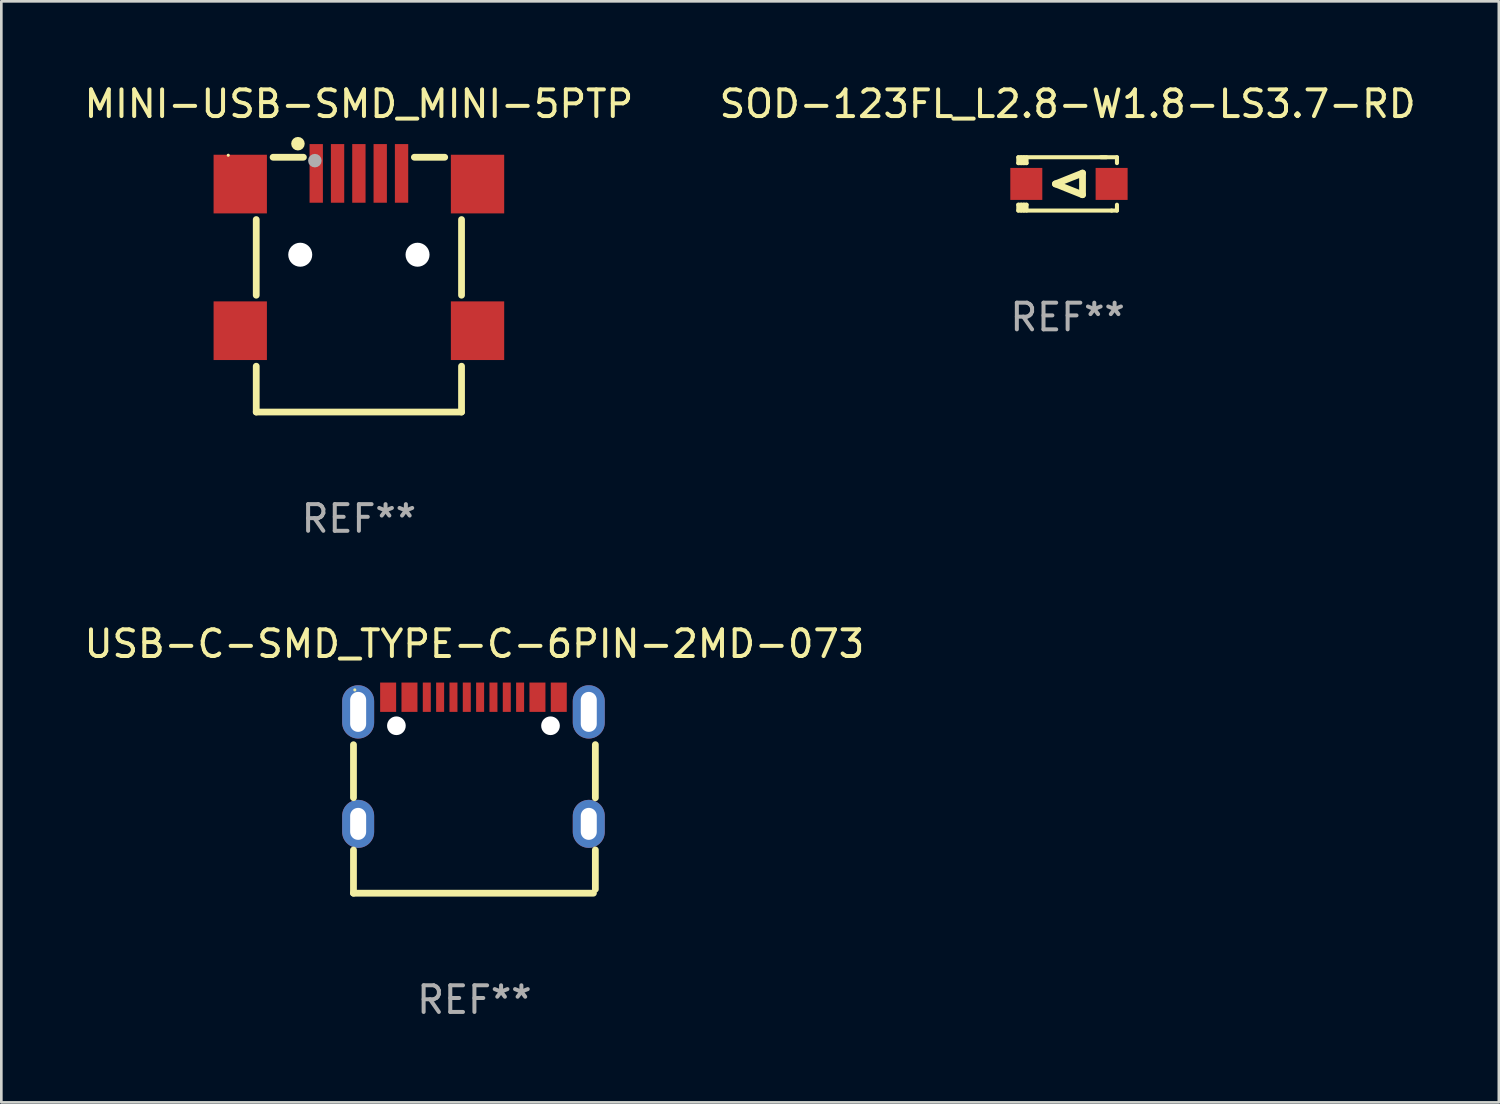
<source format=kicad_pcb>
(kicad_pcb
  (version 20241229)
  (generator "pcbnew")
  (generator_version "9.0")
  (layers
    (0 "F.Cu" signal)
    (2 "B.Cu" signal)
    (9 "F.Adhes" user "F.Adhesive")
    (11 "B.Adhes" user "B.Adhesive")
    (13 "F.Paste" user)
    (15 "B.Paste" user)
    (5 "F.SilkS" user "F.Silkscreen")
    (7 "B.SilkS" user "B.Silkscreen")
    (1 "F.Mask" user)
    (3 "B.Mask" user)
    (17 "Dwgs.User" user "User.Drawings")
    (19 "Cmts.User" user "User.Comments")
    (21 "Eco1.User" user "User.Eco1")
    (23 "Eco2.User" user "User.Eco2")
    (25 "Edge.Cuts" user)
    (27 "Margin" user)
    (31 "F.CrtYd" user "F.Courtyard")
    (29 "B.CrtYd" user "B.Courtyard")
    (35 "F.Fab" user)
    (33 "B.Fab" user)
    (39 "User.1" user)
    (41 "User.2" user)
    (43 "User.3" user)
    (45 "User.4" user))
  (footprint "SOD-123FL_L2.8-W1.8-LS3.7-RD"
    (layer "F.Cu")
    (at 36.994 3.848)
    (property "Reference" "SOD-123FL_L2.8-W1.8-LS3.7-RD" (at 0 -3 0) (layer "F.SilkS") (effects (font (size 1 1) (thickness 0.15))))
    (attr through_hole)
    (fp_line (start -1.85 -1) (end -1.85 -0.78) (stroke (width 0.152) (type solid)) (layer "F.SilkS"))
    (fp_line (start -1.85 0.78) (end -1.85 1) (stroke (width 0.152) (type solid)) (layer "F.SilkS"))
    (fp_line (start -1.85 1) (end 1.65 1) (stroke (width 0.152) (type solid)) (layer "F.SilkS"))
    (fp_line (start -1.741 -0.78) (end -1.741 -1) (stroke (width 0.152) (type solid)) (layer "F.SilkS"))
    (fp_line (start -1.741 1) (end -1.741 0.78) (stroke (width 0.152) (type solid)) (layer "F.SilkS"))
    (fp_line (start -1.641 -1) (end -1.641 -0.78) (stroke (width 0.152) (type solid)) (layer "F.SilkS"))
    (fp_line (start -1.641 0.78) (end -1.641 1) (stroke (width 0.152) (type solid)) (layer "F.SilkS"))
    (fp_line (start -1.541 -1) (end -1.541 -0.78) (stroke (width 0.152) (type solid)) (layer "F.SilkS"))
    (fp_line (start -1.541 -0.78) (end -1.85 -0.78) (stroke (width 0.152) (type solid)) (layer "F.SilkS"))
    (fp_line (start -1.541 0.78) (end -1.85 0.78) (stroke (width 0.152) (type solid)) (layer "F.SilkS"))
    (fp_line (start -1.541 0.78) (end -1.541 1) (stroke (width 0.152) (type solid)) (layer "F.SilkS"))
    (fp_line (start -0.458 0) (end 0.558 -0.406) (stroke (width 0.254) (type solid)) (layer "F.SilkS"))
    (fp_line (start 0.558 -0.406) (end 0.558 0.406) (stroke (width 0.254) (type solid)) (layer "F.SilkS"))
    (fp_line (start 0.558 0.406) (end -0.458 0) (stroke (width 0.254) (type solid)) (layer "F.SilkS"))
    (fp_line (start 1.45 -1) (end -1.85 -1) (stroke (width 0.152) (type solid)) (layer "F.SilkS"))
    (fp_line (start 1.65 1) (end 1.85 1) (stroke (width 0.152) (type solid)) (layer "F.SilkS"))
    (fp_line (start 1.85 -1) (end 1.25 -1) (stroke (width 0.152) (type solid)) (layer "F.SilkS"))
    (fp_line (start 1.85 -0.78) (end 1.85 -1) (stroke (width 0.152) (type solid)) (layer "F.SilkS"))
    (fp_line (start 1.85 1) (end 1.85 0.78) (stroke (width 0.152) (type solid)) (layer "F.SilkS"))
    (fp_circle (center -1.8 0.9) (end -1.77 0.9) (stroke (width 0.06) (type solid)) (fill no) (layer "F.SilkS"))
    (fp_text user "REF**" (at 0 5 0) (layer "F.Fab") (effects (font (size 1 1) (thickness 0.15))))
    (pad "1" smd rect (at -1.55 0.000051) (size 1.2 1.2) (layers "F.Cu" "F.Mask" "F.Paste"))
    (pad "2" smd rect (at 1.65 0.000051) (size 1.2 1.2) (layers "F.Cu" "F.Mask" "F.Paste")))
  (footprint "USB-C-SMD_TYPE-C-6PIN-2MD-073"
    (layer "F.Cu")
    (at 14.744 26.776)
    (property "Reference" "USB-C-SMD_TYPE-C-6PIN-2MD-073" (at 0 -5.675 0) (layer "F.SilkS") (effects (font (size 1 1) (thickness 0.15))))
    (attr through_hole)
    (fp_line (start -4.536 0.094) (end -4.536 -1.894) (stroke (width 0.254) (type solid)) (layer "F.SilkS"))
    (fp_line (start -4.536 3.675) (end -4.536 2.056) (stroke (width 0.254) (type solid)) (layer "F.SilkS"))
    (fp_line (start 4.464 3.675) (end -4.536 3.675) (stroke (width 0.254) (type solid)) (layer "F.SilkS"))
    (fp_line (start 4.536 0.097) (end 4.536 -1.897) (stroke (width 0.254) (type solid)) (layer "F.SilkS"))
    (fp_line (start 4.536 3.526) (end 4.536 2.053) (stroke (width 0.254) (type solid)) (layer "F.SilkS"))
    (fp_circle (center -4.486 -3.949) (end -4.456 -3.949) (stroke (width 0.06) (type solid)) (fill no) (layer "F.SilkS"))
    (fp_circle (center -2.926 -2.605) (end -2.801 -2.605) (stroke (width 0.25) (type solid)) (fill no) (layer "F.Fab"))
    (fp_circle (center 2.854 -2.605) (end 2.979 -2.605) (stroke (width 0.25) (type solid)) (fill no) (layer "F.Fab"))
    (fp_text user "REF**" (at 0 7.675 0) (layer "F.Fab") (effects (font (size 1 1) (thickness 0.15))))
    (pad "" np_thru_hole circle (at -2.926 -2.605) (size 0.7 0.7) (drill 0.7) (layers "*.Cu" "*.Mask"))
    (pad "" np_thru_hole circle (at 2.854 -2.605) (size 0.7 0.7) (drill 0.7) (layers "*.Cu" "*.Mask"))
    (pad "1" smd rect (at -3.236 -3.675) (size 0.6 1.1) (layers "F.Cu" "F.Mask" "F.Paste"))
    (pad "2" smd rect (at -2.436 -3.675) (size 0.6 1.1) (layers "F.Cu" "F.Mask" "F.Paste"))
    (pad "3" smd rect (at -1.786 -3.675) (size 0.3 1.1) (layers "F.Cu" "F.Mask" "F.Paste"))
    (pad "4" smd rect (at -1.286 -3.675) (size 0.3 1.1) (layers "F.Cu" "F.Mask" "F.Paste"))
    (pad "5" smd rect (at -0.786 -3.675) (size 0.3 1.1) (layers "F.Cu" "F.Mask" "F.Paste"))
    (pad "6" smd rect (at -0.286 -3.675) (size 0.3 1.1) (layers "F.Cu" "F.Mask" "F.Paste"))
    (pad "7" smd rect (at 0.214 -3.675) (size 0.3 1.1) (layers "F.Cu" "F.Mask" "F.Paste"))
    (pad "8" smd rect (at 0.714 -3.675) (size 0.3 1.1) (layers "F.Cu" "F.Mask" "F.Paste"))
    (pad "9" smd rect (at 1.214 -3.675) (size 0.3 1.1) (layers "F.Cu" "F.Mask" "F.Paste"))
    (pad "10" smd rect (at 1.714 -3.675) (size 0.3 1.1) (layers "F.Cu" "F.Mask" "F.Paste"))
    (pad "11" smd rect (at 2.364 -3.675) (size 0.6 1.1) (layers "F.Cu" "F.Mask" "F.Paste"))
    (pad "12" smd rect (at 3.164 -3.675) (size 0.6 1.1) (layers "F.Cu" "F.Mask" "F.Paste"))
    (pad "13" thru_hole oval (at -4.361 -3.125) (size 1.2 2) (drill oval 0.6 1.5) (layers "*.Cu" "*.Mask"))
    (pad "13" thru_hole oval (at -4.361 1.075) (size 1.2 1.8) (drill oval 0.6 1.2) (layers "*.Cu" "*.Mask"))
    (pad "14" thru_hole oval (at 4.289 -3.125) (size 1.2 2) (drill oval 0.6 1.5) (layers "*.Cu" "*.Mask"))
    (pad "14" thru_hole oval (at 4.289 1.075) (size 1.2 1.8) (drill oval 0.6 1.2) (layers "*.Cu" "*.Mask")))
  (footprint "MINI-USB-SMD_MINI-5PTP"
    (layer "F.Cu")
    (at 10.411 7.626)
    (property "Reference" "MINI-USB-SMD_MINI-5PTP" (at 0 -6.778 0) (layer "F.SilkS") (effects (font (size 1 1) (thickness 0.15))))
    (attr through_hole)
    (fp_line (start -3.85 0.397) (end -3.85 -2.441) (stroke (width 0.254) (type solid)) (layer "F.SilkS"))
    (fp_line (start -3.85 4.778) (end -3.85 3.059) (stroke (width 0.254) (type solid)) (layer "F.SilkS"))
    (fp_line (start -2.081 -4.778) (end -3.219 -4.778) (stroke (width 0.254) (type solid)) (layer "F.SilkS"))
    (fp_line (start 3.219 -4.778) (end 2.081 -4.778) (stroke (width 0.254) (type solid)) (layer "F.SilkS"))
    (fp_line (start 3.85 0.397) (end 3.85 -2.441) (stroke (width 0.254) (type solid)) (layer "F.SilkS"))
    (fp_line (start 3.85 4.778) (end -3.85 4.778) (stroke (width 0.254) (type solid)) (layer "F.SilkS"))
    (fp_line (start 3.85 4.778) (end 3.85 3.059) (stroke (width 0.254) (type solid)) (layer "F.SilkS"))
    (fp_circle (center -4.9 -4.853) (end -4.87 -4.853) (stroke (width 0.06) (type solid)) (fill no) (layer "F.SilkS"))
    (fp_circle (center -2.286 -5.286) (end -2.159 -5.286) (stroke (width 0.254) (type solid)) (fill no) (layer "F.SilkS"))
    (fp_circle (center -2.2 -1.122) (end -2.015 -1.122) (stroke (width 0.37) (type solid)) (fill no) (layer "F.Fab"))
    (fp_circle (center -1.651 -4.651) (end -1.524 -4.651) (stroke (width 0.254) (type solid)) (fill no) (layer "F.Fab"))
    (fp_circle (center 2.2 -1.122) (end 2.385 -1.122) (stroke (width 0.37) (type solid)) (fill no) (layer "F.Fab"))
    (fp_text user "REF**" (at 0 8.778 0) (layer "F.Fab") (effects (font (size 1 1) (thickness 0.15))))
    (pad "" np_thru_hole circle (at -2.2 -1.122) (size 0.9 0.9) (drill 0.9) (layers "*.Cu" "*.Mask"))
    (pad "" np_thru_hole circle (at 2.2 -1.122) (size 0.9 0.9) (drill 0.9) (layers "*.Cu" "*.Mask"))
    (pad "1" smd rect (at -1.6 -4.172) (size 0.5 2.2) (layers "F.Cu" "F.Mask" "F.Paste"))
    (pad "2" smd rect (at -0.8 -4.172) (size 0.5 2.2) (layers "F.Cu" "F.Mask" "F.Paste"))
    (pad "3" smd rect (at -0.000127 -4.172) (size 0.5 2.2) (layers "F.Cu" "F.Mask" "F.Paste"))
    (pad "4" smd rect (at 0.8 -4.172) (size 0.5 2.2) (layers "F.Cu" "F.Mask" "F.Paste"))
    (pad "5" smd rect (at 1.6 -4.172) (size 0.5 2.2) (layers "F.Cu" "F.Mask" "F.Paste"))
    (pad "6" smd rect (at -4.45 -3.772) (size 2 2.2) (layers "F.Cu" "F.Mask" "F.Paste"))
    (pad "7" smd rect (at 4.45 -3.772) (size 2 2.2) (layers "F.Cu" "F.Mask" "F.Paste"))
    (pad "8" smd rect (at 4.45 1.728) (size 2 2.2) (layers "F.Cu" "F.Mask" "F.Paste"))
    (pad "9" smd rect (at -4.45 1.728) (size 2 2.2) (layers "F.Cu" "F.Mask" "F.Paste")))
  (gr_rect
    (start -3 -3)
    (end 53.167 38.299)
    (stroke (width 0.1) (type default))
    (fill no)
    (layer "Edge.Cuts")))
</source>
